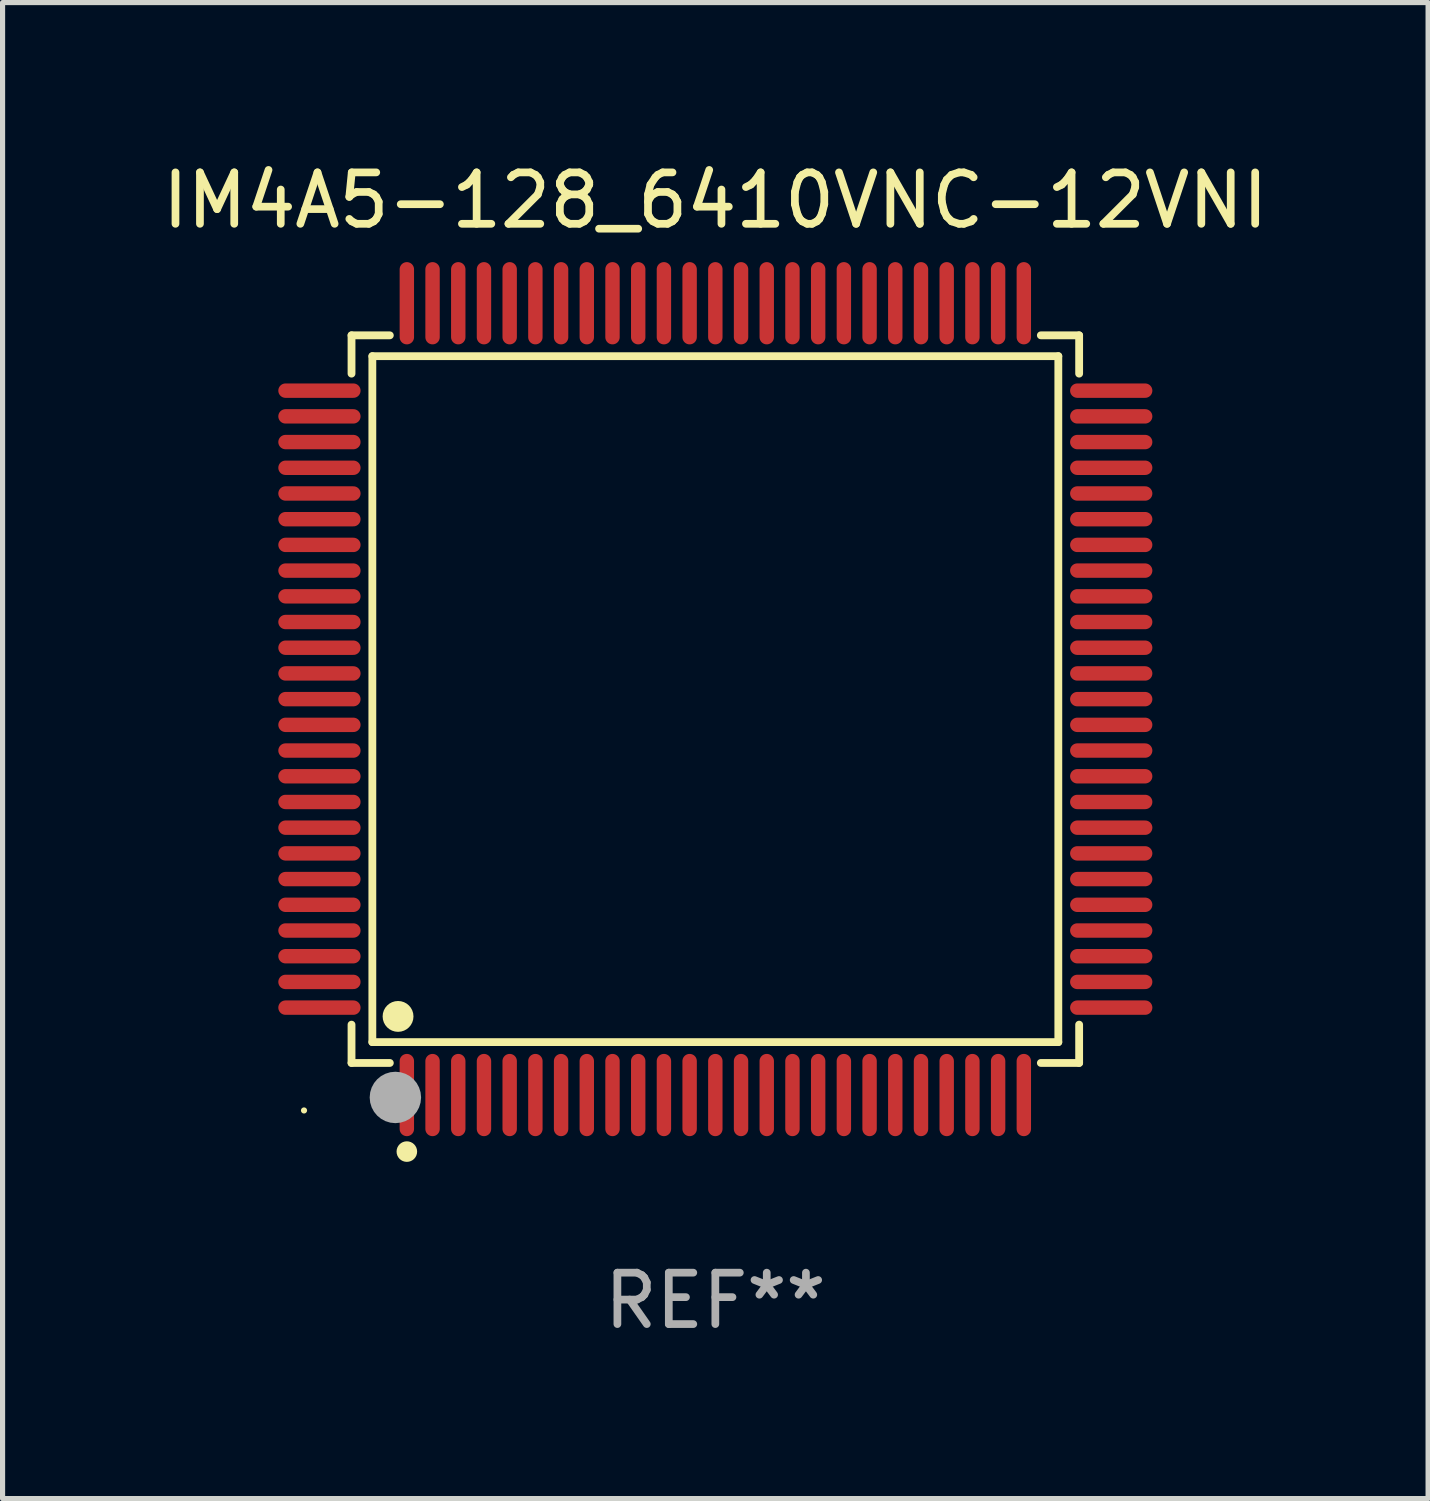
<source format=kicad_pcb>
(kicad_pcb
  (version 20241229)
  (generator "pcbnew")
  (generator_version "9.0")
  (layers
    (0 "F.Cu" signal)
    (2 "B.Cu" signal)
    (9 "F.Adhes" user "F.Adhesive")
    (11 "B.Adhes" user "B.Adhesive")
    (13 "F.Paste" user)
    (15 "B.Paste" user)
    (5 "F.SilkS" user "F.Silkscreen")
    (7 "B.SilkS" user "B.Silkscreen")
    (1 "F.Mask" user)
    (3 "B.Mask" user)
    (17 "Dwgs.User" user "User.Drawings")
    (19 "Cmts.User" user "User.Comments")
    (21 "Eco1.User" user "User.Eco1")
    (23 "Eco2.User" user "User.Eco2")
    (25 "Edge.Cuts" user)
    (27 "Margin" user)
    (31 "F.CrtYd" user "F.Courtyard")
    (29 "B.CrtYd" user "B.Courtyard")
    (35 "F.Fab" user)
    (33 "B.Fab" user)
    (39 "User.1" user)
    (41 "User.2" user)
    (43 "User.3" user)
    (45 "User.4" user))
  (footprint "IM4A5-128_6410VNC-12VNI"
    (layer "F.Cu")
    (at 10.863 10.548)
    (property "Reference" "IM4A5-128_6410VNC-12VNI" (at 0 -9.7 0) (layer "F.SilkS") (effects (font (size 1 1) (thickness 0.15))))
    (attr through_hole)
    (fp_line (start -7.076 -7.076) (end -6.331 -7.076) (stroke (width 0.152) (type solid)) (layer "F.SilkS"))
    (fp_line (start -7.076 -6.331) (end -7.076 -7.076) (stroke (width 0.152) (type solid)) (layer "F.SilkS"))
    (fp_line (start -7.076 6.331) (end -7.076 7.076) (stroke (width 0.152) (type solid)) (layer "F.SilkS"))
    (fp_line (start -7.076 7.076) (end -6.331 7.076) (stroke (width 0.152) (type solid)) (layer "F.SilkS"))
    (fp_line (start -6.671 -6.671) (end 6.671 -6.671) (stroke (width 0.152) (type solid)) (layer "F.SilkS"))
    (fp_line (start -6.671 6.671) (end -6.671 -6.671) (stroke (width 0.152) (type solid)) (layer "F.SilkS"))
    (fp_line (start 6.671 -6.671) (end 6.671 6.671) (stroke (width 0.152) (type solid)) (layer "F.SilkS"))
    (fp_line (start 6.671 6.671) (end -6.671 6.671) (stroke (width 0.152) (type solid)) (layer "F.SilkS"))
    (fp_line (start 7.076 -7.076) (end 6.331 -7.076) (stroke (width 0.152) (type solid)) (layer "F.SilkS"))
    (fp_line (start 7.076 -6.331) (end 7.076 -7.076) (stroke (width 0.152) (type solid)) (layer "F.SilkS"))
    (fp_line (start 7.076 6.331) (end 7.076 7.076) (stroke (width 0.152) (type solid)) (layer "F.SilkS"))
    (fp_line (start 7.076 7.076) (end 6.331 7.076) (stroke (width 0.152) (type solid)) (layer "F.SilkS"))
    (fp_circle (center -8 8) (end -7.97 8) (stroke (width 0.06) (type solid)) (fill no) (layer "F.SilkS"))
    (fp_circle (center -6.171 6.171) (end -6.021 6.171) (stroke (width 0.3) (type solid)) (fill no) (layer "F.SilkS"))
    (fp_circle (center -6 8.8) (end -5.9 8.8) (stroke (width 0.2) (type solid)) (fill no) (layer "F.SilkS"))
    (fp_circle (center -6.223 7.747) (end -5.973 7.747) (stroke (width 0.5) (type solid)) (fill no) (layer "F.Fab"))
    (fp_text user "REF**" (at 0 11.7 0) (layer "F.Fab") (effects (font (size 1 1) (thickness 0.15))))
    (pad "1" smd oval (at -6 7.7) (size 0.28 1.6) (layers "F.Cu" "F.Mask" "F.Paste"))
    (pad "2" smd oval (at -5.5 7.7) (size 0.28 1.6) (layers "F.Cu" "F.Mask" "F.Paste"))
    (pad "3" smd oval (at -5 7.7) (size 0.28 1.6) (layers "F.Cu" "F.Mask" "F.Paste"))
    (pad "4" smd oval (at -4.5 7.7) (size 0.28 1.6) (layers "F.Cu" "F.Mask" "F.Paste"))
    (pad "5" smd oval (at -4 7.7) (size 0.28 1.6) (layers "F.Cu" "F.Mask" "F.Paste"))
    (pad "6" smd oval (at -3.5 7.7) (size 0.28 1.6) (layers "F.Cu" "F.Mask" "F.Paste"))
    (pad "7" smd oval (at -3 7.7) (size 0.28 1.6) (layers "F.Cu" "F.Mask" "F.Paste"))
    (pad "8" smd oval (at -2.5 7.7) (size 0.28 1.6) (layers "F.Cu" "F.Mask" "F.Paste"))
    (pad "9" smd oval (at -2 7.7) (size 0.28 1.6) (layers "F.Cu" "F.Mask" "F.Paste"))
    (pad "10" smd oval (at -1.5 7.7) (size 0.28 1.6) (layers "F.Cu" "F.Mask" "F.Paste"))
    (pad "11" smd oval (at -1 7.7) (size 0.28 1.6) (layers "F.Cu" "F.Mask" "F.Paste"))
    (pad "12" smd oval (at -0.5 7.7) (size 0.28 1.6) (layers "F.Cu" "F.Mask" "F.Paste"))
    (pad "13" smd oval (at 0 7.7) (size 0.28 1.6) (layers "F.Cu" "F.Mask" "F.Paste"))
    (pad "14" smd oval (at 0.5 7.7) (size 0.28 1.6) (layers "F.Cu" "F.Mask" "F.Paste"))
    (pad "15" smd oval (at 1 7.7) (size 0.28 1.6) (layers "F.Cu" "F.Mask" "F.Paste"))
    (pad "16" smd oval (at 1.5 7.7) (size 0.28 1.6) (layers "F.Cu" "F.Mask" "F.Paste"))
    (pad "17" smd oval (at 2 7.7) (size 0.28 1.6) (layers "F.Cu" "F.Mask" "F.Paste"))
    (pad "18" smd oval (at 2.5 7.7) (size 0.28 1.6) (layers "F.Cu" "F.Mask" "F.Paste"))
    (pad "19" smd oval (at 3 7.7) (size 0.28 1.6) (layers "F.Cu" "F.Mask" "F.Paste"))
    (pad "20" smd oval (at 3.5 7.7) (size 0.28 1.6) (layers "F.Cu" "F.Mask" "F.Paste"))
    (pad "21" smd oval (at 4 7.7) (size 0.28 1.6) (layers "F.Cu" "F.Mask" "F.Paste"))
    (pad "22" smd oval (at 4.5 7.7) (size 0.28 1.6) (layers "F.Cu" "F.Mask" "F.Paste"))
    (pad "23" smd oval (at 5 7.7) (size 0.28 1.6) (layers "F.Cu" "F.Mask" "F.Paste"))
    (pad "24" smd oval (at 5.5 7.7) (size 0.28 1.6) (layers "F.Cu" "F.Mask" "F.Paste"))
    (pad "25" smd oval (at 6 7.7) (size 0.28 1.6) (layers "F.Cu" "F.Mask" "F.Paste"))
    (pad "26" smd oval (at 7.7 6) (size 1.6 0.28) (layers "F.Cu" "F.Mask" "F.Paste"))
    (pad "27" smd oval (at 7.7 5.5) (size 1.6 0.28) (layers "F.Cu" "F.Mask" "F.Paste"))
    (pad "28" smd oval (at 7.7 5) (size 1.6 0.28) (layers "F.Cu" "F.Mask" "F.Paste"))
    (pad "29" smd oval (at 7.7 4.5) (size 1.6 0.28) (layers "F.Cu" "F.Mask" "F.Paste"))
    (pad "30" smd oval (at 7.7 4) (size 1.6 0.28) (layers "F.Cu" "F.Mask" "F.Paste"))
    (pad "31" smd oval (at 7.7 3.5) (size 1.6 0.28) (layers "F.Cu" "F.Mask" "F.Paste"))
    (pad "32" smd oval (at 7.7 3) (size 1.6 0.28) (layers "F.Cu" "F.Mask" "F.Paste"))
    (pad "33" smd oval (at 7.7 2.5) (size 1.6 0.28) (layers "F.Cu" "F.Mask" "F.Paste"))
    (pad "34" smd oval (at 7.7 2) (size 1.6 0.28) (layers "F.Cu" "F.Mask" "F.Paste"))
    (pad "35" smd oval (at 7.7 1.5) (size 1.6 0.28) (layers "F.Cu" "F.Mask" "F.Paste"))
    (pad "36" smd oval (at 7.7 1) (size 1.6 0.28) (layers "F.Cu" "F.Mask" "F.Paste"))
    (pad "37" smd oval (at 7.7 0.5) (size 1.6 0.28) (layers "F.Cu" "F.Mask" "F.Paste"))
    (pad "38" smd oval (at 7.7 0) (size 1.6 0.28) (layers "F.Cu" "F.Mask" "F.Paste"))
    (pad "39" smd oval (at 7.7 -0.5) (size 1.6 0.28) (layers "F.Cu" "F.Mask" "F.Paste"))
    (pad "40" smd oval (at 7.7 -1) (size 1.6 0.28) (layers "F.Cu" "F.Mask" "F.Paste"))
    (pad "41" smd oval (at 7.7 -1.5) (size 1.6 0.28) (layers "F.Cu" "F.Mask" "F.Paste"))
    (pad "42" smd oval (at 7.7 -2) (size 1.6 0.28) (layers "F.Cu" "F.Mask" "F.Paste"))
    (pad "43" smd oval (at 7.7 -2.5) (size 1.6 0.28) (layers "F.Cu" "F.Mask" "F.Paste"))
    (pad "44" smd oval (at 7.7 -3) (size 1.6 0.28) (layers "F.Cu" "F.Mask" "F.Paste"))
    (pad "45" smd oval (at 7.7 -3.5) (size 1.6 0.28) (layers "F.Cu" "F.Mask" "F.Paste"))
    (pad "46" smd oval (at 7.7 -4) (size 1.6 0.28) (layers "F.Cu" "F.Mask" "F.Paste"))
    (pad "47" smd oval (at 7.7 -4.5) (size 1.6 0.28) (layers "F.Cu" "F.Mask" "F.Paste"))
    (pad "48" smd oval (at 7.7 -5) (size 1.6 0.28) (layers "F.Cu" "F.Mask" "F.Paste"))
    (pad "49" smd oval (at 7.7 -5.5) (size 1.6 0.28) (layers "F.Cu" "F.Mask" "F.Paste"))
    (pad "50" smd oval (at 7.7 -6) (size 1.6 0.28) (layers "F.Cu" "F.Mask" "F.Paste"))
    (pad "51" smd oval (at 6 -7.7) (size 0.28 1.6) (layers "F.Cu" "F.Mask" "F.Paste"))
    (pad "52" smd oval (at 5.5 -7.7) (size 0.28 1.6) (layers "F.Cu" "F.Mask" "F.Paste"))
    (pad "53" smd oval (at 5 -7.7) (size 0.28 1.6) (layers "F.Cu" "F.Mask" "F.Paste"))
    (pad "54" smd oval (at 4.5 -7.7) (size 0.28 1.6) (layers "F.Cu" "F.Mask" "F.Paste"))
    (pad "55" smd oval (at 4 -7.7) (size 0.28 1.6) (layers "F.Cu" "F.Mask" "F.Paste"))
    (pad "56" smd oval (at 3.5 -7.7) (size 0.28 1.6) (layers "F.Cu" "F.Mask" "F.Paste"))
    (pad "57" smd oval (at 3 -7.7) (size 0.28 1.6) (layers "F.Cu" "F.Mask" "F.Paste"))
    (pad "58" smd oval (at 2.5 -7.7) (size 0.28 1.6) (layers "F.Cu" "F.Mask" "F.Paste"))
    (pad "59" smd oval (at 2 -7.7) (size 0.28 1.6) (layers "F.Cu" "F.Mask" "F.Paste"))
    (pad "60" smd oval (at 1.5 -7.7) (size 0.28 1.6) (layers "F.Cu" "F.Mask" "F.Paste"))
    (pad "61" smd oval (at 1 -7.7) (size 0.28 1.6) (layers "F.Cu" "F.Mask" "F.Paste"))
    (pad "62" smd oval (at 0.5 -7.7) (size 0.28 1.6) (layers "F.Cu" "F.Mask" "F.Paste"))
    (pad "63" smd oval (at 0 -7.7) (size 0.28 1.6) (layers "F.Cu" "F.Mask" "F.Paste"))
    (pad "64" smd oval (at -0.5 -7.7) (size 0.28 1.6) (layers "F.Cu" "F.Mask" "F.Paste"))
    (pad "65" smd oval (at -1 -7.7) (size 0.28 1.6) (layers "F.Cu" "F.Mask" "F.Paste"))
    (pad "66" smd oval (at -1.5 -7.7) (size 0.28 1.6) (layers "F.Cu" "F.Mask" "F.Paste"))
    (pad "67" smd oval (at -2 -7.7) (size 0.28 1.6) (layers "F.Cu" "F.Mask" "F.Paste"))
    (pad "68" smd oval (at -2.5 -7.7) (size 0.28 1.6) (layers "F.Cu" "F.Mask" "F.Paste"))
    (pad "69" smd oval (at -3 -7.7) (size 0.28 1.6) (layers "F.Cu" "F.Mask" "F.Paste"))
    (pad "70" smd oval (at -3.5 -7.7) (size 0.28 1.6) (layers "F.Cu" "F.Mask" "F.Paste"))
    (pad "71" smd oval (at -4 -7.7) (size 0.28 1.6) (layers "F.Cu" "F.Mask" "F.Paste"))
    (pad "72" smd oval (at -4.5 -7.7) (size 0.28 1.6) (layers "F.Cu" "F.Mask" "F.Paste"))
    (pad "73" smd oval (at -5 -7.7) (size 0.28 1.6) (layers "F.Cu" "F.Mask" "F.Paste"))
    (pad "74" smd oval (at -5.5 -7.7) (size 0.28 1.6) (layers "F.Cu" "F.Mask" "F.Paste"))
    (pad "75" smd oval (at -6 -7.7) (size 0.28 1.6) (layers "F.Cu" "F.Mask" "F.Paste"))
    (pad "76" smd oval (at -7.7 -6) (size 1.6 0.28) (layers "F.Cu" "F.Mask" "F.Paste"))
    (pad "77" smd oval (at -7.7 -5.5) (size 1.6 0.28) (layers "F.Cu" "F.Mask" "F.Paste"))
    (pad "78" smd oval (at -7.7 -5) (size 1.6 0.28) (layers "F.Cu" "F.Mask" "F.Paste"))
    (pad "79" smd oval (at -7.7 -4.5) (size 1.6 0.28) (layers "F.Cu" "F.Mask" "F.Paste"))
    (pad "80" smd oval (at -7.7 -4) (size 1.6 0.28) (layers "F.Cu" "F.Mask" "F.Paste"))
    (pad "81" smd oval (at -7.7 -3.5) (size 1.6 0.28) (layers "F.Cu" "F.Mask" "F.Paste"))
    (pad "82" smd oval (at -7.7 -3) (size 1.6 0.28) (layers "F.Cu" "F.Mask" "F.Paste"))
    (pad "83" smd oval (at -7.7 -2.5) (size 1.6 0.28) (layers "F.Cu" "F.Mask" "F.Paste"))
    (pad "84" smd oval (at -7.7 -2) (size 1.6 0.28) (layers "F.Cu" "F.Mask" "F.Paste"))
    (pad "85" smd oval (at -7.7 -1.5) (size 1.6 0.28) (layers "F.Cu" "F.Mask" "F.Paste"))
    (pad "86" smd oval (at -7.7 -1) (size 1.6 0.28) (layers "F.Cu" "F.Mask" "F.Paste"))
    (pad "87" smd oval (at -7.7 -0.5) (size 1.6 0.28) (layers "F.Cu" "F.Mask" "F.Paste"))
    (pad "88" smd oval (at -7.7 0) (size 1.6 0.28) (layers "F.Cu" "F.Mask" "F.Paste"))
    (pad "89" smd oval (at -7.7 0.5) (size 1.6 0.28) (layers "F.Cu" "F.Mask" "F.Paste"))
    (pad "90" smd oval (at -7.7 1) (size 1.6 0.28) (layers "F.Cu" "F.Mask" "F.Paste"))
    (pad "91" smd oval (at -7.7 1.5) (size 1.6 0.28) (layers "F.Cu" "F.Mask" "F.Paste"))
    (pad "92" smd oval (at -7.7 2) (size 1.6 0.28) (layers "F.Cu" "F.Mask" "F.Paste"))
    (pad "93" smd oval (at -7.7 2.5) (size 1.6 0.28) (layers "F.Cu" "F.Mask" "F.Paste"))
    (pad "94" smd oval (at -7.7 3) (size 1.6 0.28) (layers "F.Cu" "F.Mask" "F.Paste"))
    (pad "95" smd oval (at -7.7 3.5) (size 1.6 0.28) (layers "F.Cu" "F.Mask" "F.Paste"))
    (pad "96" smd oval (at -7.7 4) (size 1.6 0.28) (layers "F.Cu" "F.Mask" "F.Paste"))
    (pad "97" smd oval (at -7.7 4.5) (size 1.6 0.28) (layers "F.Cu" "F.Mask" "F.Paste"))
    (pad "98" smd oval (at -7.7 5) (size 1.6 0.28) (layers "F.Cu" "F.Mask" "F.Paste"))
    (pad "99" smd oval (at -7.7 5.5) (size 1.6 0.28) (layers "F.Cu" "F.Mask" "F.Paste"))
    (pad "100" smd oval (at -7.7 6) (size 1.6 0.28) (layers "F.Cu" "F.Mask" "F.Paste")))
  (gr_rect
    (start -3 -3)
    (end 24.726 26.097)
    (stroke (width 0.1) (type default))
    (fill no)
    (layer "Edge.Cuts")))
</source>
